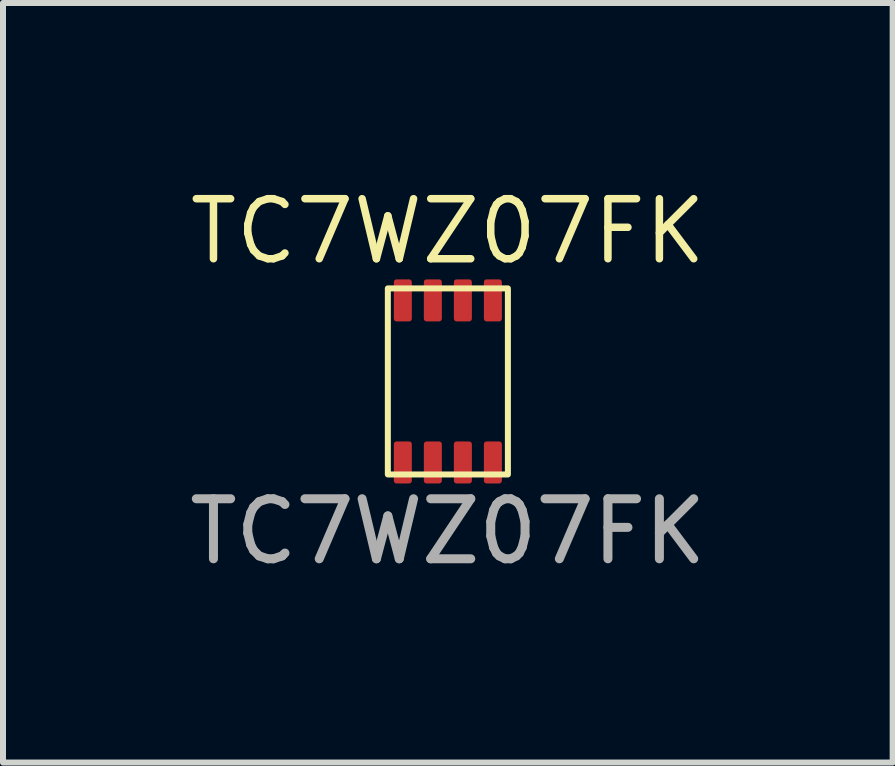
<source format=kicad_pcb>
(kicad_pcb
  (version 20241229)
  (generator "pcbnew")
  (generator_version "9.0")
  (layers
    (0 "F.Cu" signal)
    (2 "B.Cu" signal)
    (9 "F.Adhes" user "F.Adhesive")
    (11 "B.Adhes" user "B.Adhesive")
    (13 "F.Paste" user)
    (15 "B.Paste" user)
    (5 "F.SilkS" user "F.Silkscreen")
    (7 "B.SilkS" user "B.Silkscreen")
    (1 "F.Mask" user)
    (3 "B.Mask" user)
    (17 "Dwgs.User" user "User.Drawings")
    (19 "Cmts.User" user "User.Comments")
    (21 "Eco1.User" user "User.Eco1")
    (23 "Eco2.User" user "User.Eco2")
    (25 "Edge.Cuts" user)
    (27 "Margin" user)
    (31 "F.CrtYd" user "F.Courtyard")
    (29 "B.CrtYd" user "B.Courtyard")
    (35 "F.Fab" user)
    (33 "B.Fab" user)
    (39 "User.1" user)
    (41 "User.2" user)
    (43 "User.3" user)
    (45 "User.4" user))
  (footprint "TC7WZ07FK"
    (layer "F.Cu")
    (at 4.411 3.304)
    (property "Reference" "TC7WZ07FK" (at 0 -2.5 0) (unlocked yes) (layer "F.SilkS") (effects (font (size 1 1) (thickness 0.125))))
    (attr smd)
    (fp_rect (start -1 -1.55) (end 1 1.55) (stroke (width 0.1) (type solid)) (fill no) (layer "F.SilkS"))
    (fp_text user "${REFERENCE}" (at 0 2.5 0) (unlocked yes) (layer "F.Fab") (effects (font (size 1 1) (thickness 0.15))))
    (pad "1" smd roundrect (at -0.75 1.35) (size 0.3 0.7) (layers "F.Cu" "F.Mask" "F.Paste") (roundrect_rratio 0.15))
    (pad "2" smd roundrect (at -0.25 1.35 180) (size 0.3 0.7) (layers "F.Cu" "F.Mask" "F.Paste") (roundrect_rratio 0.15))
    (pad "3" smd roundrect (at 0.25 1.35) (size 0.3 0.7) (layers "F.Cu" "F.Mask" "F.Paste") (roundrect_rratio 0.15))
    (pad "4" smd roundrect (at 0.75 1.35) (size 0.3 0.7) (layers "F.Cu" "F.Mask" "F.Paste") (roundrect_rratio 0.15))
    (pad "5" smd roundrect (at 0.75 -1.35) (size 0.3 0.7) (layers "F.Cu" "F.Mask" "F.Paste") (roundrect_rratio 0.15))
    (pad "6" smd roundrect (at 0.25 -1.35) (size 0.3 0.7) (layers "F.Cu" "F.Mask" "F.Paste") (roundrect_rratio 0.15))
    (pad "7" smd roundrect (at -0.25 -1.35) (size 0.3 0.7) (layers "F.Cu" "F.Mask" "F.Paste") (roundrect_rratio 0.15))
    (pad "8" smd roundrect (at -0.75 -1.35) (size 0.3 0.7) (layers "F.Cu" "F.Mask" "F.Paste") (roundrect_rratio 0.15)))
  (gr_rect
    (start -3 -3)
    (end 11.821 9.653)
    (stroke (width 0.1) (type default))
    (fill no)
    (layer "Edge.Cuts")))
</source>
